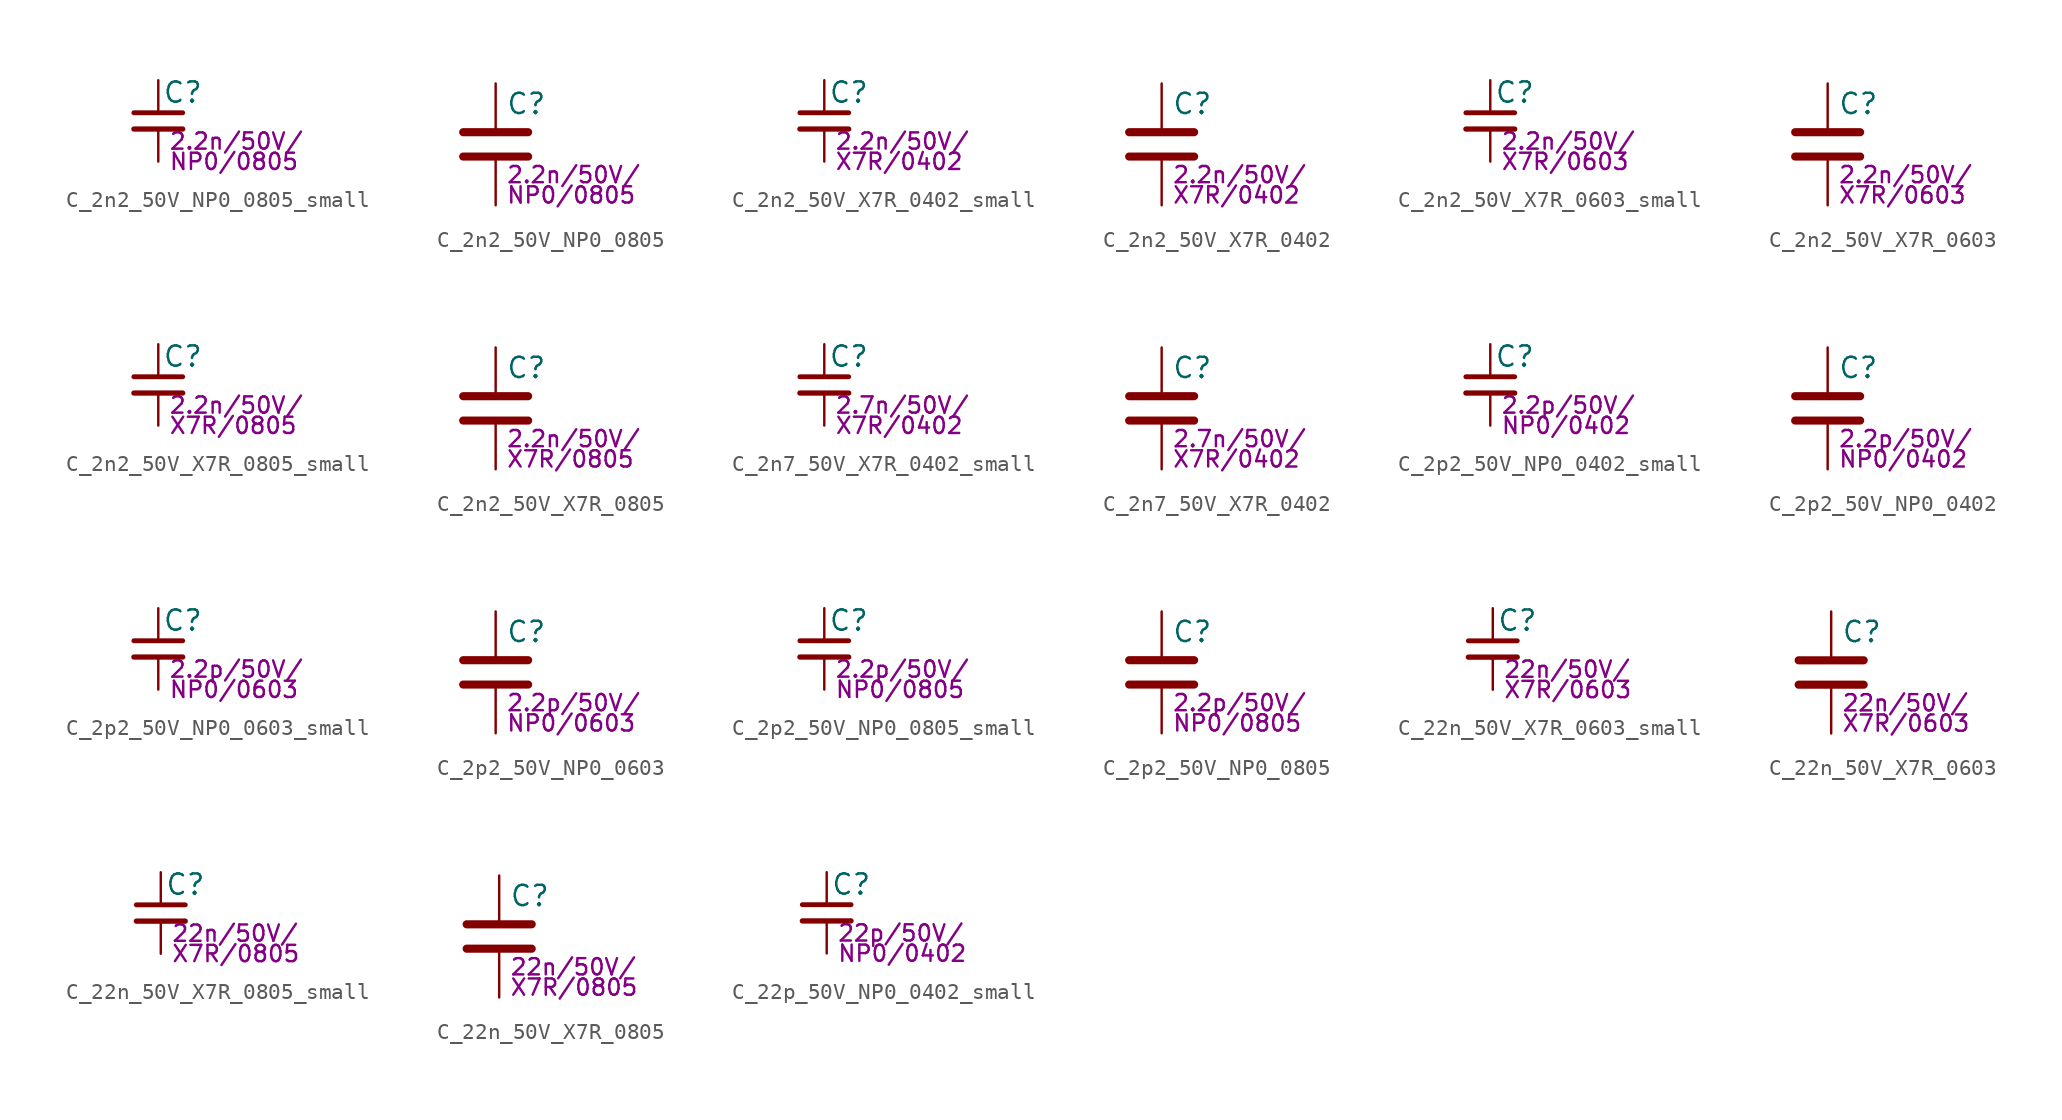
<source format=kicad_sym>
(kicad_symbol_lib
  (version 20211014)
  (generator kicad_symbol_editor)
  (symbol "C_2n2_50V_NP0_0805_small"
    (pin_numbers hide)
    (pin_names
      (offset 0.254) hide)
    (property "Reference" "C"
      (at 0.254 1.778 0)
      (effects (font (size 1.27 1.27)) (justify left)))
    (property "Params" "2.2n/50V/"
      (at 0.635 -1.27 0)
      (effects (font (size 1.016 1.016)) (justify left)))
    (property "Params2" "NP0/0805"
      (at 0.635 -2.54 0)
      (effects (font (size 1.016 1.016)) (justify left)))
    (symbol "C_2n2_50V_NP0_0805_small_0_1"
      (polyline (pts (xy -1.524 -0.508) (xy 1.524 -0.508)) (stroke (width 0.33) (type default) (color 0 0 0 0)) (fill (type none)))
      (polyline (pts (xy -1.524 0.508) (xy 1.524 0.508)) (stroke (width 0.305) (type default) (color 0 0 0 0)) (fill (type none))))
    (symbol "C_2n2_50V_NP0_0805_small_1_1"
      (pin passive line (at 0 2.54 270) (length 2.032) (name "~" (effects (font (size 1.27 1.27)))) (number "1" (effects (font (size 1.27 1.27)))))
      (pin passive line (at 0 -2.54 90) (length 2.032) (name "~" (effects (font (size 1.27 1.27)))) (number "2" (effects (font (size 1.27 1.27)))))))
  (symbol "C_2n2_50V_NP0_0805"
    (pin_numbers hide)
    (pin_names
      (offset 0.254))
    (property "Reference" "C"
      (at 0.635 2.54 0)
      (effects (font (size 1.27 1.27)) (justify left)))
    (property "Params" "2.2n/50V/"
      (at 0.635 -1.905 0)
      (effects (font (size 1.016 1.016)) (justify left)))
    (property "Params2" "NP0/0805"
      (at 0.635 -3.175 0)
      (effects (font (size 1.016 1.016)) (justify left)))
    (symbol "C_2n2_50V_NP0_0805_0_1"
      (polyline (pts (xy -2.032 -0.762) (xy 2.032 -0.762)) (stroke (width 0.508) (type default) (color 0 0 0 0)) (fill (type none)))
      (polyline (pts (xy -2.032 0.762) (xy 2.032 0.762)) (stroke (width 0.508) (type default) (color 0 0 0 0)) (fill (type none))))
    (symbol "C_2n2_50V_NP0_0805_1_1"
      (pin passive line (at 0 3.81 270) (length 2.794) (name "~" (effects (font (size 1.27 1.27)))) (number "1" (effects (font (size 1.27 1.27)))))
      (pin passive line (at 0 -3.81 90) (length 2.794) (name "~" (effects (font (size 1.27 1.27)))) (number "2" (effects (font (size 1.27 1.27)))))))
  (symbol "C_2n2_50V_X7R_0402_small"
    (pin_numbers hide)
    (pin_names
      (offset 0.254) hide)
    (property "Reference" "C"
      (at 0.254 1.778 0)
      (effects (font (size 1.27 1.27)) (justify left)))
    (property "Params" "2.2n/50V/"
      (at 0.635 -1.27 0)
      (effects (font (size 1.016 1.016)) (justify left)))
    (property "Params2" "X7R/0402"
      (at 0.635 -2.54 0)
      (effects (font (size 1.016 1.016)) (justify left)))
    (symbol "C_2n2_50V_X7R_0402_small_0_1"
      (polyline (pts (xy -1.524 -0.508) (xy 1.524 -0.508)) (stroke (width 0.33) (type default) (color 0 0 0 0)) (fill (type none)))
      (polyline (pts (xy -1.524 0.508) (xy 1.524 0.508)) (stroke (width 0.305) (type default) (color 0 0 0 0)) (fill (type none))))
    (symbol "C_2n2_50V_X7R_0402_small_1_1"
      (pin passive line (at 0 2.54 270) (length 2.032) (name "~" (effects (font (size 1.27 1.27)))) (number "1" (effects (font (size 1.27 1.27)))))
      (pin passive line (at 0 -2.54 90) (length 2.032) (name "~" (effects (font (size 1.27 1.27)))) (number "2" (effects (font (size 1.27 1.27)))))))
  (symbol "C_2n2_50V_X7R_0402"
    (pin_numbers hide)
    (pin_names
      (offset 0.254))
    (property "Reference" "C"
      (at 0.635 2.54 0)
      (effects (font (size 1.27 1.27)) (justify left)))
    (property "Params" "2.2n/50V/"
      (at 0.635 -1.905 0)
      (effects (font (size 1.016 1.016)) (justify left)))
    (property "Params2" "X7R/0402"
      (at 0.635 -3.175 0)
      (effects (font (size 1.016 1.016)) (justify left)))
    (symbol "C_2n2_50V_X7R_0402_0_1"
      (polyline (pts (xy -2.032 -0.762) (xy 2.032 -0.762)) (stroke (width 0.508) (type default) (color 0 0 0 0)) (fill (type none)))
      (polyline (pts (xy -2.032 0.762) (xy 2.032 0.762)) (stroke (width 0.508) (type default) (color 0 0 0 0)) (fill (type none))))
    (symbol "C_2n2_50V_X7R_0402_1_1"
      (pin passive line (at 0 3.81 270) (length 2.794) (name "~" (effects (font (size 1.27 1.27)))) (number "1" (effects (font (size 1.27 1.27)))))
      (pin passive line (at 0 -3.81 90) (length 2.794) (name "~" (effects (font (size 1.27 1.27)))) (number "2" (effects (font (size 1.27 1.27)))))))
  (symbol "C_2n2_50V_X7R_0603_small"
    (pin_numbers hide)
    (pin_names
      (offset 0.254) hide)
    (property "Reference" "C"
      (at 0.254 1.778 0)
      (effects (font (size 1.27 1.27)) (justify left)))
    (property "Params" "2.2n/50V/"
      (at 0.635 -1.27 0)
      (effects (font (size 1.016 1.016)) (justify left)))
    (property "Params2" "X7R/0603"
      (at 0.635 -2.54 0)
      (effects (font (size 1.016 1.016)) (justify left)))
    (symbol "C_2n2_50V_X7R_0603_small_0_1"
      (polyline (pts (xy -1.524 -0.508) (xy 1.524 -0.508)) (stroke (width 0.33) (type default) (color 0 0 0 0)) (fill (type none)))
      (polyline (pts (xy -1.524 0.508) (xy 1.524 0.508)) (stroke (width 0.305) (type default) (color 0 0 0 0)) (fill (type none))))
    (symbol "C_2n2_50V_X7R_0603_small_1_1"
      (pin passive line (at 0 2.54 270) (length 2.032) (name "~" (effects (font (size 1.27 1.27)))) (number "1" (effects (font (size 1.27 1.27)))))
      (pin passive line (at 0 -2.54 90) (length 2.032) (name "~" (effects (font (size 1.27 1.27)))) (number "2" (effects (font (size 1.27 1.27)))))))
  (symbol "C_2n2_50V_X7R_0603"
    (pin_numbers hide)
    (pin_names
      (offset 0.254))
    (property "Reference" "C"
      (at 0.635 2.54 0)
      (effects (font (size 1.27 1.27)) (justify left)))
    (property "Params" "2.2n/50V/"
      (at 0.635 -1.905 0)
      (effects (font (size 1.016 1.016)) (justify left)))
    (property "Params2" "X7R/0603"
      (at 0.635 -3.175 0)
      (effects (font (size 1.016 1.016)) (justify left)))
    (symbol "C_2n2_50V_X7R_0603_0_1"
      (polyline (pts (xy -2.032 -0.762) (xy 2.032 -0.762)) (stroke (width 0.508) (type default) (color 0 0 0 0)) (fill (type none)))
      (polyline (pts (xy -2.032 0.762) (xy 2.032 0.762)) (stroke (width 0.508) (type default) (color 0 0 0 0)) (fill (type none))))
    (symbol "C_2n2_50V_X7R_0603_1_1"
      (pin passive line (at 0 3.81 270) (length 2.794) (name "~" (effects (font (size 1.27 1.27)))) (number "1" (effects (font (size 1.27 1.27)))))
      (pin passive line (at 0 -3.81 90) (length 2.794) (name "~" (effects (font (size 1.27 1.27)))) (number "2" (effects (font (size 1.27 1.27)))))))
  (symbol "C_2n2_50V_X7R_0805_small"
    (pin_numbers hide)
    (pin_names
      (offset 0.254) hide)
    (property "Reference" "C"
      (at 0.254 1.778 0)
      (effects (font (size 1.27 1.27)) (justify left)))
    (property "Params" "2.2n/50V/"
      (at 0.635 -1.27 0)
      (effects (font (size 1.016 1.016)) (justify left)))
    (property "Params2" "X7R/0805"
      (at 0.635 -2.54 0)
      (effects (font (size 1.016 1.016)) (justify left)))
    (symbol "C_2n2_50V_X7R_0805_small_0_1"
      (polyline (pts (xy -1.524 -0.508) (xy 1.524 -0.508)) (stroke (width 0.33) (type default) (color 0 0 0 0)) (fill (type none)))
      (polyline (pts (xy -1.524 0.508) (xy 1.524 0.508)) (stroke (width 0.305) (type default) (color 0 0 0 0)) (fill (type none))))
    (symbol "C_2n2_50V_X7R_0805_small_1_1"
      (pin passive line (at 0 2.54 270) (length 2.032) (name "~" (effects (font (size 1.27 1.27)))) (number "1" (effects (font (size 1.27 1.27)))))
      (pin passive line (at 0 -2.54 90) (length 2.032) (name "~" (effects (font (size 1.27 1.27)))) (number "2" (effects (font (size 1.27 1.27)))))))
  (symbol "C_2n2_50V_X7R_0805"
    (pin_numbers hide)
    (pin_names
      (offset 0.254))
    (property "Reference" "C"
      (at 0.635 2.54 0)
      (effects (font (size 1.27 1.27)) (justify left)))
    (property "Params" "2.2n/50V/"
      (at 0.635 -1.905 0)
      (effects (font (size 1.016 1.016)) (justify left)))
    (property "Params2" "X7R/0805"
      (at 0.635 -3.175 0)
      (effects (font (size 1.016 1.016)) (justify left)))
    (symbol "C_2n2_50V_X7R_0805_0_1"
      (polyline (pts (xy -2.032 -0.762) (xy 2.032 -0.762)) (stroke (width 0.508) (type default) (color 0 0 0 0)) (fill (type none)))
      (polyline (pts (xy -2.032 0.762) (xy 2.032 0.762)) (stroke (width 0.508) (type default) (color 0 0 0 0)) (fill (type none))))
    (symbol "C_2n2_50V_X7R_0805_1_1"
      (pin passive line (at 0 3.81 270) (length 2.794) (name "~" (effects (font (size 1.27 1.27)))) (number "1" (effects (font (size 1.27 1.27)))))
      (pin passive line (at 0 -3.81 90) (length 2.794) (name "~" (effects (font (size 1.27 1.27)))) (number "2" (effects (font (size 1.27 1.27)))))))
  (symbol "C_2n7_50V_X7R_0402_small"
    (pin_numbers hide)
    (pin_names
      (offset 0.254) hide)
    (property "Reference" "C"
      (at 0.254 1.778 0)
      (effects (font (size 1.27 1.27)) (justify left)))
    (property "Params" "2.7n/50V/"
      (at 0.635 -1.27 0)
      (effects (font (size 1.016 1.016)) (justify left)))
    (property "Params2" "X7R/0402"
      (at 0.635 -2.54 0)
      (effects (font (size 1.016 1.016)) (justify left)))
    (symbol "C_2n7_50V_X7R_0402_small_0_1"
      (polyline (pts (xy -1.524 -0.508) (xy 1.524 -0.508)) (stroke (width 0.33) (type default) (color 0 0 0 0)) (fill (type none)))
      (polyline (pts (xy -1.524 0.508) (xy 1.524 0.508)) (stroke (width 0.305) (type default) (color 0 0 0 0)) (fill (type none))))
    (symbol "C_2n7_50V_X7R_0402_small_1_1"
      (pin passive line (at 0 2.54 270) (length 2.032) (name "~" (effects (font (size 1.27 1.27)))) (number "1" (effects (font (size 1.27 1.27)))))
      (pin passive line (at 0 -2.54 90) (length 2.032) (name "~" (effects (font (size 1.27 1.27)))) (number "2" (effects (font (size 1.27 1.27)))))))
  (symbol "C_2n7_50V_X7R_0402"
    (pin_numbers hide)
    (pin_names
      (offset 0.254))
    (property "Reference" "C"
      (at 0.635 2.54 0)
      (effects (font (size 1.27 1.27)) (justify left)))
    (property "Params" "2.7n/50V/"
      (at 0.635 -1.905 0)
      (effects (font (size 1.016 1.016)) (justify left)))
    (property "Params2" "X7R/0402"
      (at 0.635 -3.175 0)
      (effects (font (size 1.016 1.016)) (justify left)))
    (symbol "C_2n7_50V_X7R_0402_0_1"
      (polyline (pts (xy -2.032 -0.762) (xy 2.032 -0.762)) (stroke (width 0.508) (type default) (color 0 0 0 0)) (fill (type none)))
      (polyline (pts (xy -2.032 0.762) (xy 2.032 0.762)) (stroke (width 0.508) (type default) (color 0 0 0 0)) (fill (type none))))
    (symbol "C_2n7_50V_X7R_0402_1_1"
      (pin passive line (at 0 3.81 270) (length 2.794) (name "~" (effects (font (size 1.27 1.27)))) (number "1" (effects (font (size 1.27 1.27)))))
      (pin passive line (at 0 -3.81 90) (length 2.794) (name "~" (effects (font (size 1.27 1.27)))) (number "2" (effects (font (size 1.27 1.27)))))))
  (symbol "C_2p2_50V_NP0_0402_small"
    (pin_numbers hide)
    (pin_names
      (offset 0.254) hide)
    (property "Reference" "C"
      (at 0.254 1.778 0)
      (effects (font (size 1.27 1.27)) (justify left)))
    (property "Params" "2.2p/50V/"
      (at 0.635 -1.27 0)
      (effects (font (size 1.016 1.016)) (justify left)))
    (property "Params2" "NP0/0402"
      (at 0.635 -2.54 0)
      (effects (font (size 1.016 1.016)) (justify left)))
    (symbol "C_2p2_50V_NP0_0402_small_0_1"
      (polyline (pts (xy -1.524 -0.508) (xy 1.524 -0.508)) (stroke (width 0.33) (type default) (color 0 0 0 0)) (fill (type none)))
      (polyline (pts (xy -1.524 0.508) (xy 1.524 0.508)) (stroke (width 0.305) (type default) (color 0 0 0 0)) (fill (type none))))
    (symbol "C_2p2_50V_NP0_0402_small_1_1"
      (pin passive line (at 0 2.54 270) (length 2.032) (name "~" (effects (font (size 1.27 1.27)))) (number "1" (effects (font (size 1.27 1.27)))))
      (pin passive line (at 0 -2.54 90) (length 2.032) (name "~" (effects (font (size 1.27 1.27)))) (number "2" (effects (font (size 1.27 1.27)))))))
  (symbol "C_2p2_50V_NP0_0402"
    (pin_numbers hide)
    (pin_names
      (offset 0.254))
    (property "Reference" "C"
      (at 0.635 2.54 0)
      (effects (font (size 1.27 1.27)) (justify left)))
    (property "Params" "2.2p/50V/"
      (at 0.635 -1.905 0)
      (effects (font (size 1.016 1.016)) (justify left)))
    (property "Params2" "NP0/0402"
      (at 0.635 -3.175 0)
      (effects (font (size 1.016 1.016)) (justify left)))
    (symbol "C_2p2_50V_NP0_0402_0_1"
      (polyline (pts (xy -2.032 -0.762) (xy 2.032 -0.762)) (stroke (width 0.508) (type default) (color 0 0 0 0)) (fill (type none)))
      (polyline (pts (xy -2.032 0.762) (xy 2.032 0.762)) (stroke (width 0.508) (type default) (color 0 0 0 0)) (fill (type none))))
    (symbol "C_2p2_50V_NP0_0402_1_1"
      (pin passive line (at 0 3.81 270) (length 2.794) (name "~" (effects (font (size 1.27 1.27)))) (number "1" (effects (font (size 1.27 1.27)))))
      (pin passive line (at 0 -3.81 90) (length 2.794) (name "~" (effects (font (size 1.27 1.27)))) (number "2" (effects (font (size 1.27 1.27)))))))
  (symbol "C_2p2_50V_NP0_0603_small"
    (pin_numbers hide)
    (pin_names
      (offset 0.254) hide)
    (property "Reference" "C"
      (at 0.254 1.778 0)
      (effects (font (size 1.27 1.27)) (justify left)))
    (property "Params" "2.2p/50V/"
      (at 0.635 -1.27 0)
      (effects (font (size 1.016 1.016)) (justify left)))
    (property "Params2" "NP0/0603"
      (at 0.635 -2.54 0)
      (effects (font (size 1.016 1.016)) (justify left)))
    (symbol "C_2p2_50V_NP0_0603_small_0_1"
      (polyline (pts (xy -1.524 -0.508) (xy 1.524 -0.508)) (stroke (width 0.33) (type default) (color 0 0 0 0)) (fill (type none)))
      (polyline (pts (xy -1.524 0.508) (xy 1.524 0.508)) (stroke (width 0.305) (type default) (color 0 0 0 0)) (fill (type none))))
    (symbol "C_2p2_50V_NP0_0603_small_1_1"
      (pin passive line (at 0 2.54 270) (length 2.032) (name "~" (effects (font (size 1.27 1.27)))) (number "1" (effects (font (size 1.27 1.27)))))
      (pin passive line (at 0 -2.54 90) (length 2.032) (name "~" (effects (font (size 1.27 1.27)))) (number "2" (effects (font (size 1.27 1.27)))))))
  (symbol "C_2p2_50V_NP0_0603"
    (pin_numbers hide)
    (pin_names
      (offset 0.254))
    (property "Reference" "C"
      (at 0.635 2.54 0)
      (effects (font (size 1.27 1.27)) (justify left)))
    (property "Params" "2.2p/50V/"
      (at 0.635 -1.905 0)
      (effects (font (size 1.016 1.016)) (justify left)))
    (property "Params2" "NP0/0603"
      (at 0.635 -3.175 0)
      (effects (font (size 1.016 1.016)) (justify left)))
    (symbol "C_2p2_50V_NP0_0603_0_1"
      (polyline (pts (xy -2.032 -0.762) (xy 2.032 -0.762)) (stroke (width 0.508) (type default) (color 0 0 0 0)) (fill (type none)))
      (polyline (pts (xy -2.032 0.762) (xy 2.032 0.762)) (stroke (width 0.508) (type default) (color 0 0 0 0)) (fill (type none))))
    (symbol "C_2p2_50V_NP0_0603_1_1"
      (pin passive line (at 0 3.81 270) (length 2.794) (name "~" (effects (font (size 1.27 1.27)))) (number "1" (effects (font (size 1.27 1.27)))))
      (pin passive line (at 0 -3.81 90) (length 2.794) (name "~" (effects (font (size 1.27 1.27)))) (number "2" (effects (font (size 1.27 1.27)))))))
  (symbol "C_2p2_50V_NP0_0805_small"
    (pin_numbers hide)
    (pin_names
      (offset 0.254) hide)
    (property "Reference" "C"
      (at 0.254 1.778 0)
      (effects (font (size 1.27 1.27)) (justify left)))
    (property "Params" "2.2p/50V/"
      (at 0.635 -1.27 0)
      (effects (font (size 1.016 1.016)) (justify left)))
    (property "Params2" "NP0/0805"
      (at 0.635 -2.54 0)
      (effects (font (size 1.016 1.016)) (justify left)))
    (symbol "C_2p2_50V_NP0_0805_small_0_1"
      (polyline (pts (xy -1.524 -0.508) (xy 1.524 -0.508)) (stroke (width 0.33) (type default) (color 0 0 0 0)) (fill (type none)))
      (polyline (pts (xy -1.524 0.508) (xy 1.524 0.508)) (stroke (width 0.305) (type default) (color 0 0 0 0)) (fill (type none))))
    (symbol "C_2p2_50V_NP0_0805_small_1_1"
      (pin passive line (at 0 2.54 270) (length 2.032) (name "~" (effects (font (size 1.27 1.27)))) (number "1" (effects (font (size 1.27 1.27)))))
      (pin passive line (at 0 -2.54 90) (length 2.032) (name "~" (effects (font (size 1.27 1.27)))) (number "2" (effects (font (size 1.27 1.27)))))))
  (symbol "C_2p2_50V_NP0_0805"
    (pin_numbers hide)
    (pin_names
      (offset 0.254))
    (property "Reference" "C"
      (at 0.635 2.54 0)
      (effects (font (size 1.27 1.27)) (justify left)))
    (property "Params" "2.2p/50V/"
      (at 0.635 -1.905 0)
      (effects (font (size 1.016 1.016)) (justify left)))
    (property "Params2" "NP0/0805"
      (at 0.635 -3.175 0)
      (effects (font (size 1.016 1.016)) (justify left)))
    (symbol "C_2p2_50V_NP0_0805_0_1"
      (polyline (pts (xy -2.032 -0.762) (xy 2.032 -0.762)) (stroke (width 0.508) (type default) (color 0 0 0 0)) (fill (type none)))
      (polyline (pts (xy -2.032 0.762) (xy 2.032 0.762)) (stroke (width 0.508) (type default) (color 0 0 0 0)) (fill (type none))))
    (symbol "C_2p2_50V_NP0_0805_1_1"
      (pin passive line (at 0 3.81 270) (length 2.794) (name "~" (effects (font (size 1.27 1.27)))) (number "1" (effects (font (size 1.27 1.27)))))
      (pin passive line (at 0 -3.81 90) (length 2.794) (name "~" (effects (font (size 1.27 1.27)))) (number "2" (effects (font (size 1.27 1.27)))))))
  (symbol "C_22n_50V_X7R_0603_small"
    (pin_numbers hide)
    (pin_names
      (offset 0.254) hide)
    (property "Reference" "C"
      (at 0.254 1.778 0)
      (effects (font (size 1.27 1.27)) (justify left)))
    (property "Params" "22n/50V/"
      (at 0.635 -1.27 0)
      (effects (font (size 1.016 1.016)) (justify left)))
    (property "Params2" "X7R/0603"
      (at 0.635 -2.54 0)
      (effects (font (size 1.016 1.016)) (justify left)))
    (symbol "C_22n_50V_X7R_0603_small_0_1"
      (polyline (pts (xy -1.524 -0.508) (xy 1.524 -0.508)) (stroke (width 0.33) (type default) (color 0 0 0 0)) (fill (type none)))
      (polyline (pts (xy -1.524 0.508) (xy 1.524 0.508)) (stroke (width 0.305) (type default) (color 0 0 0 0)) (fill (type none))))
    (symbol "C_22n_50V_X7R_0603_small_1_1"
      (pin passive line (at 0 2.54 270) (length 2.032) (name "~" (effects (font (size 1.27 1.27)))) (number "1" (effects (font (size 1.27 1.27)))))
      (pin passive line (at 0 -2.54 90) (length 2.032) (name "~" (effects (font (size 1.27 1.27)))) (number "2" (effects (font (size 1.27 1.27)))))))
  (symbol "C_22n_50V_X7R_0603"
    (pin_numbers hide)
    (pin_names
      (offset 0.254))
    (property "Reference" "C"
      (at 0.635 2.54 0)
      (effects (font (size 1.27 1.27)) (justify left)))
    (property "Params" "22n/50V/"
      (at 0.635 -1.905 0)
      (effects (font (size 1.016 1.016)) (justify left)))
    (property "Params2" "X7R/0603"
      (at 0.635 -3.175 0)
      (effects (font (size 1.016 1.016)) (justify left)))
    (symbol "C_22n_50V_X7R_0603_0_1"
      (polyline (pts (xy -2.032 -0.762) (xy 2.032 -0.762)) (stroke (width 0.508) (type default) (color 0 0 0 0)) (fill (type none)))
      (polyline (pts (xy -2.032 0.762) (xy 2.032 0.762)) (stroke (width 0.508) (type default) (color 0 0 0 0)) (fill (type none))))
    (symbol "C_22n_50V_X7R_0603_1_1"
      (pin passive line (at 0 3.81 270) (length 2.794) (name "~" (effects (font (size 1.27 1.27)))) (number "1" (effects (font (size 1.27 1.27)))))
      (pin passive line (at 0 -3.81 90) (length 2.794) (name "~" (effects (font (size 1.27 1.27)))) (number "2" (effects (font (size 1.27 1.27)))))))
  (symbol "C_22n_50V_X7R_0805_small"
    (pin_numbers hide)
    (pin_names
      (offset 0.254) hide)
    (property "Reference" "C"
      (at 0.254 1.778 0)
      (effects (font (size 1.27 1.27)) (justify left)))
    (property "Params" "22n/50V/"
      (at 0.635 -1.27 0)
      (effects (font (size 1.016 1.016)) (justify left)))
    (property "Params2" "X7R/0805"
      (at 0.635 -2.54 0)
      (effects (font (size 1.016 1.016)) (justify left)))
    (symbol "C_22n_50V_X7R_0805_small_0_1"
      (polyline (pts (xy -1.524 -0.508) (xy 1.524 -0.508)) (stroke (width 0.33) (type default) (color 0 0 0 0)) (fill (type none)))
      (polyline (pts (xy -1.524 0.508) (xy 1.524 0.508)) (stroke (width 0.305) (type default) (color 0 0 0 0)) (fill (type none))))
    (symbol "C_22n_50V_X7R_0805_small_1_1"
      (pin passive line (at 0 2.54 270) (length 2.032) (name "~" (effects (font (size 1.27 1.27)))) (number "1" (effects (font (size 1.27 1.27)))))
      (pin passive line (at 0 -2.54 90) (length 2.032) (name "~" (effects (font (size 1.27 1.27)))) (number "2" (effects (font (size 1.27 1.27)))))))
  (symbol "C_22n_50V_X7R_0805"
    (pin_numbers hide)
    (pin_names
      (offset 0.254))
    (property "Reference" "C"
      (at 0.635 2.54 0)
      (effects (font (size 1.27 1.27)) (justify left)))
    (property "Params" "22n/50V/"
      (at 0.635 -1.905 0)
      (effects (font (size 1.016 1.016)) (justify left)))
    (property "Params2" "X7R/0805"
      (at 0.635 -3.175 0)
      (effects (font (size 1.016 1.016)) (justify left)))
    (symbol "C_22n_50V_X7R_0805_0_1"
      (polyline (pts (xy -2.032 -0.762) (xy 2.032 -0.762)) (stroke (width 0.508) (type default) (color 0 0 0 0)) (fill (type none)))
      (polyline (pts (xy -2.032 0.762) (xy 2.032 0.762)) (stroke (width 0.508) (type default) (color 0 0 0 0)) (fill (type none))))
    (symbol "C_22n_50V_X7R_0805_1_1"
      (pin passive line (at 0 3.81 270) (length 2.794) (name "~" (effects (font (size 1.27 1.27)))) (number "1" (effects (font (size 1.27 1.27)))))
      (pin passive line (at 0 -3.81 90) (length 2.794) (name "~" (effects (font (size 1.27 1.27)))) (number "2" (effects (font (size 1.27 1.27)))))))
  (symbol "C_22p_50V_NP0_0402_small"
    (pin_numbers hide)
    (pin_names
      (offset 0.254) hide)
    (property "Reference" "C"
      (at 0.254 1.778 0)
      (effects (font (size 1.27 1.27)) (justify left)))
    (property "Params" "22p/50V/"
      (at 0.635 -1.27 0)
      (effects (font (size 1.016 1.016)) (justify left)))
    (property "Params2" "NP0/0402"
      (at 0.635 -2.54 0)
      (effects (font (size 1.016 1.016)) (justify left)))
    (symbol "C_22p_50V_NP0_0402_small_0_1"
      (polyline (pts (xy -1.524 -0.508) (xy 1.524 -0.508)) (stroke (width 0.33) (type default) (color 0 0 0 0)) (fill (type none)))
      (polyline (pts (xy -1.524 0.508) (xy 1.524 0.508)) (stroke (width 0.305) (type default) (color 0 0 0 0)) (fill (type none))))
    (symbol "C_22p_50V_NP0_0402_small_1_1"
      (pin passive line (at 0 2.54 270) (length 2.032) (name "~" (effects (font (size 1.27 1.27)))) (number "1" (effects (font (size 1.27 1.27)))))
      (pin passive line (at 0 -2.54 90) (length 2.032) (name "~" (effects (font (size 1.27 1.27)))) (number "2" (effects (font (size 1.27 1.27))))))))
</source>
